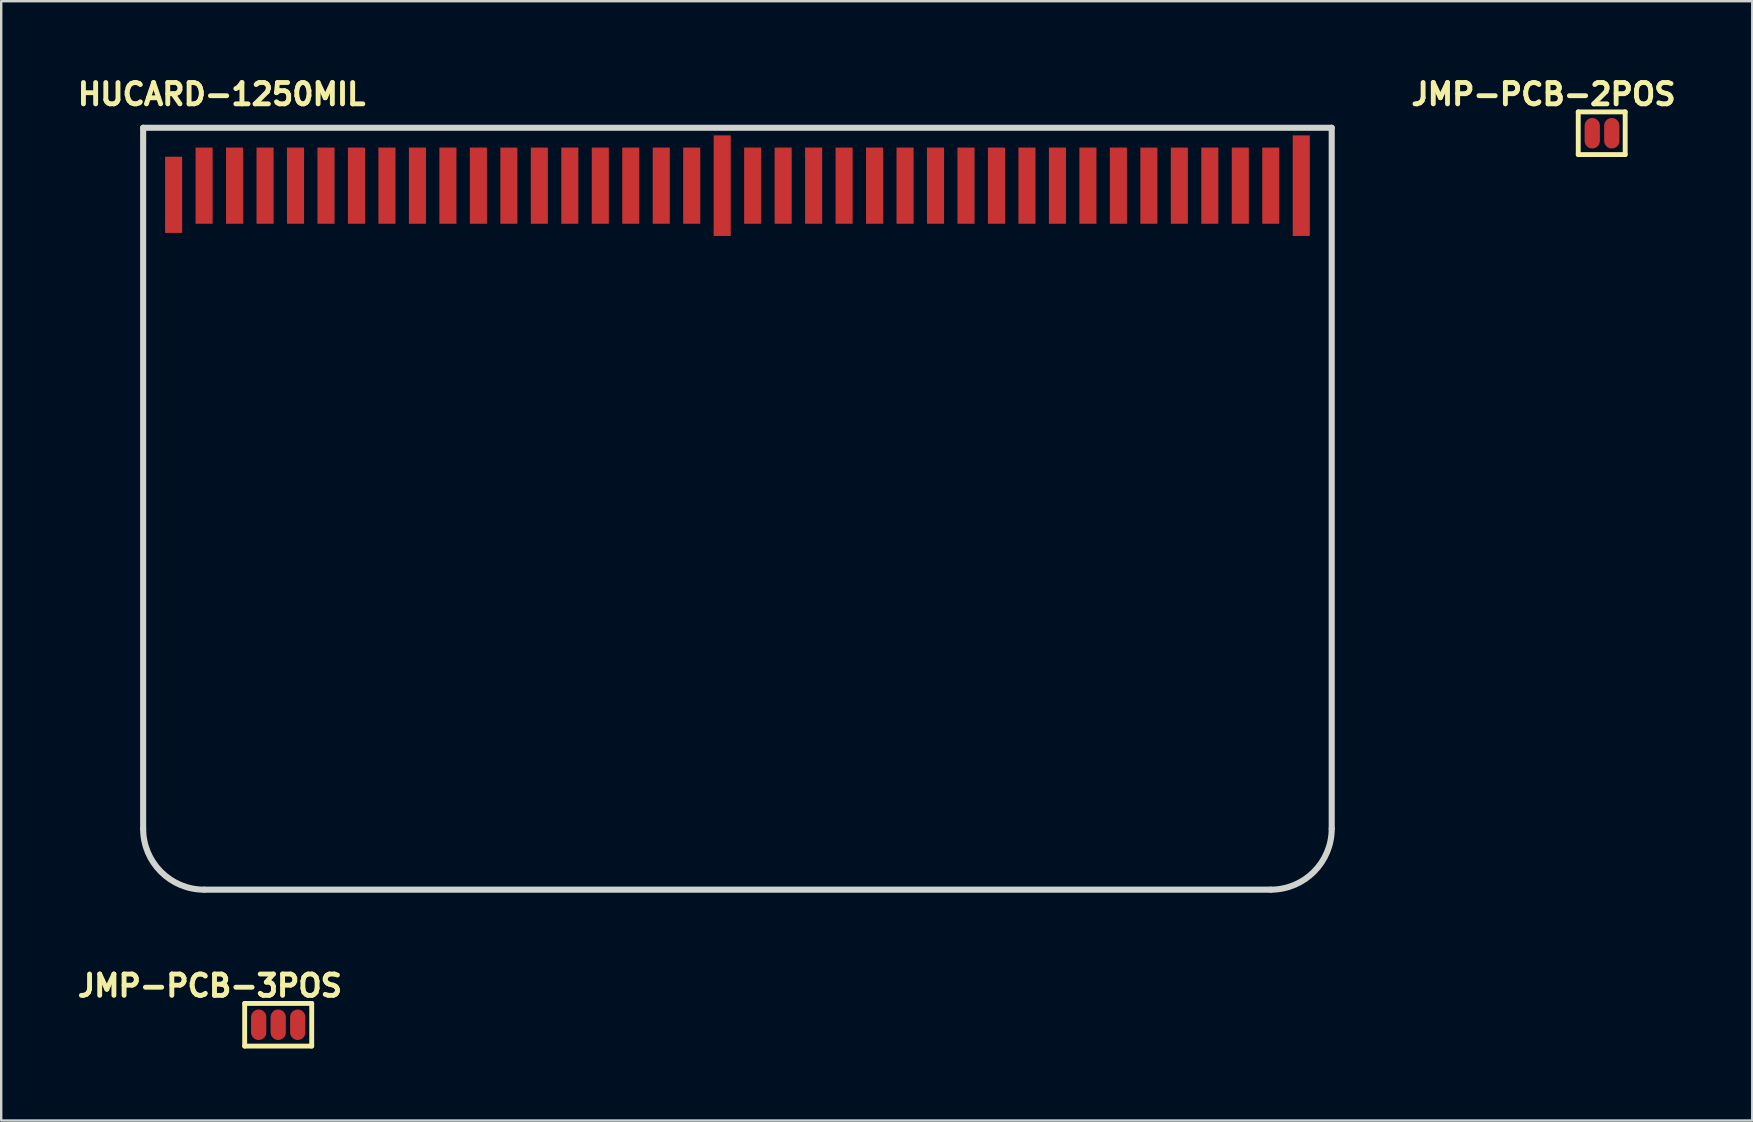
<source format=kicad_pcb>
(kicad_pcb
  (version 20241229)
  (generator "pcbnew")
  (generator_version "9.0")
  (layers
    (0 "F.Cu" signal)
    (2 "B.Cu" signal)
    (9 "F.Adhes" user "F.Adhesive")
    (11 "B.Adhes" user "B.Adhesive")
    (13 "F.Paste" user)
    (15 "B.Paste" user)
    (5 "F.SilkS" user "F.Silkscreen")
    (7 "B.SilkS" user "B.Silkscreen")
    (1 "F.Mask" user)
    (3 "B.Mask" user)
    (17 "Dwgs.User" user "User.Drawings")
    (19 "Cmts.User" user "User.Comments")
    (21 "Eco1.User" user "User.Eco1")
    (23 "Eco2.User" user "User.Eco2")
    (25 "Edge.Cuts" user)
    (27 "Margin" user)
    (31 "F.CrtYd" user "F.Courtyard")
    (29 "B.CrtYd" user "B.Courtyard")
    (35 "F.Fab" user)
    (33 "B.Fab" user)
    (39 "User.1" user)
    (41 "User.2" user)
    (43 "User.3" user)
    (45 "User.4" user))
  (footprint "JMP-PCB-2POS"
    (layer "F.Cu")
    (at 64.115 2.502)
    (property "Reference" "JMP-PCB-2POS" (at -2.845 -1.626 0) (layer "F.SilkS") (effects (font (size 0.889 0.889) (thickness 0.203))))
    (attr through_hole)
    (fp_line (start -1.397 -0.889) (end 0.559 -0.889) (stroke (width 0.203) (type solid)) (layer "F.SilkS"))
    (fp_line (start -1.397 0.889) (end -1.397 -0.889) (stroke (width 0.203) (type solid)) (layer "F.SilkS"))
    (fp_line (start 0.559 -0.889) (end 0.559 0.889) (stroke (width 0.203) (type solid)) (layer "F.SilkS"))
    (fp_line (start 0.559 0.889) (end -1.397 0.889) (stroke (width 0.203) (type solid)) (layer "F.SilkS"))
    (pad "1" smd oval (at -0.813 0) (size 0.635 1.27) (layers "F.Cu" "F.Mask" "F.Paste"))
    (pad "2" smd oval (at 0 0) (size 0.635 1.27) (layers "F.Cu" "F.Mask" "F.Paste")))
  (footprint "HUCARD-1250MIL"
    (layer "F.Cu")
    (at 4.185 4.687)
    (property "Reference" "HUCARD-1250MIL" (at 2 -3.81 0) (layer "F.SilkS") (effects (font (size 0.889 0.889) (thickness 0.203))))
    (attr through_hole)
    (fp_line (start -1.27 -2.413) (end -1.27 26.797) (stroke (width 0.254) (type solid)) (layer "Edge.Cuts"))
    (fp_line (start -1.27 -2.413) (end 48.26 -2.413) (stroke (width 0.254) (type solid)) (layer "Edge.Cuts"))
    (fp_line (start 45.72 29.337) (end 1.27 29.337) (stroke (width 0.254) (type solid)) (layer "Edge.Cuts"))
    (fp_line (start 48.26 -2.413) (end 48.26 26.797) (stroke (width 0.254) (type solid)) (layer "Edge.Cuts"))
    (fp_arc (start 1.27 29.337) (mid -0.526051 28.593051) (end -1.27 26.797) (stroke (width 0.254) (type solid)) (layer "Edge.Cuts"))
    (fp_arc (start 48.26 26.797) (mid 47.516051 28.593051) (end 45.72 29.337) (stroke (width 0.254) (type solid)) (layer "Edge.Cuts"))
    (pad "1" smd rect (at 0 0.381) (size 0.711 3.175) (layers "F.Cu" "F.Mask" "F.Paste"))
    (pad "2" smd rect (at 1.27 0) (size 0.711 3.175) (layers "F.Cu" "F.Mask" "F.Paste"))
    (pad "3" smd rect (at 2.54 0) (size 0.711 3.175) (layers "F.Cu" "F.Mask" "F.Paste"))
    (pad "4" smd rect (at 3.81 0) (size 0.711 3.175) (layers "F.Cu" "F.Mask" "F.Paste"))
    (pad "5" smd rect (at 5.08 0) (size 0.711 3.175) (layers "F.Cu" "F.Mask" "F.Paste"))
    (pad "6" smd rect (at 6.35 0) (size 0.711 3.175) (layers "F.Cu" "F.Mask" "F.Paste"))
    (pad "7" smd rect (at 7.62 0) (size 0.711 3.175) (layers "F.Cu" "F.Mask" "F.Paste"))
    (pad "8" smd rect (at 8.89 0) (size 0.711 3.175) (layers "F.Cu" "F.Mask" "F.Paste"))
    (pad "9" smd rect (at 10.16 0) (size 0.711 3.175) (layers "F.Cu" "F.Mask" "F.Paste"))
    (pad "10" smd rect (at 11.43 0) (size 0.711 3.175) (layers "F.Cu" "F.Mask" "F.Paste"))
    (pad "11" smd rect (at 12.7 0) (size 0.711 3.175) (layers "F.Cu" "F.Mask" "F.Paste"))
    (pad "12" smd rect (at 13.97 0) (size 0.711 3.175) (layers "F.Cu" "F.Mask" "F.Paste"))
    (pad "13" smd rect (at 15.24 0) (size 0.711 3.175) (layers "F.Cu" "F.Mask" "F.Paste"))
    (pad "14" smd rect (at 16.51 0) (size 0.711 3.175) (layers "F.Cu" "F.Mask" "F.Paste"))
    (pad "15" smd rect (at 17.78 0) (size 0.711 3.175) (layers "F.Cu" "F.Mask" "F.Paste"))
    (pad "16" smd rect (at 19.05 0) (size 0.711 3.175) (layers "F.Cu" "F.Mask" "F.Paste"))
    (pad "17" smd rect (at 20.32 0) (size 0.711 3.175) (layers "F.Cu" "F.Mask" "F.Paste"))
    (pad "18" smd rect (at 21.59 0) (size 0.711 3.175) (layers "F.Cu" "F.Mask" "F.Paste"))
    (pad "19" smd rect (at 22.86 0) (size 0.711 4.191) (layers "F.Cu" "F.Mask" "F.Paste"))
    (pad "20" smd rect (at 24.13 0) (size 0.711 3.175) (layers "F.Cu" "F.Mask" "F.Paste"))
    (pad "21" smd rect (at 25.4 0) (size 0.711 3.175) (layers "F.Cu" "F.Mask" "F.Paste"))
    (pad "22" smd rect (at 26.67 0) (size 0.711 3.175) (layers "F.Cu" "F.Mask" "F.Paste"))
    (pad "23" smd rect (at 27.94 0) (size 0.711 3.175) (layers "F.Cu" "F.Mask" "F.Paste"))
    (pad "24" smd rect (at 29.21 0) (size 0.711 3.175) (layers "F.Cu" "F.Mask" "F.Paste"))
    (pad "25" smd rect (at 30.48 0) (size 0.711 3.175) (layers "F.Cu" "F.Mask" "F.Paste"))
    (pad "26" smd rect (at 31.75 0) (size 0.711 3.175) (layers "F.Cu" "F.Mask" "F.Paste"))
    (pad "27" smd rect (at 33.02 0) (size 0.711 3.175) (layers "F.Cu" "F.Mask" "F.Paste"))
    (pad "28" smd rect (at 34.29 0) (size 0.711 3.175) (layers "F.Cu" "F.Mask" "F.Paste"))
    (pad "29" smd rect (at 35.56 0) (size 0.711 3.175) (layers "F.Cu" "F.Mask" "F.Paste"))
    (pad "30" smd rect (at 36.83 0) (size 0.711 3.175) (layers "F.Cu" "F.Mask" "F.Paste"))
    (pad "31" smd rect (at 38.1 0) (size 0.711 3.175) (layers "F.Cu" "F.Mask" "F.Paste"))
    (pad "32" smd rect (at 39.37 0) (size 0.711 3.175) (layers "F.Cu" "F.Mask" "F.Paste"))
    (pad "33" smd rect (at 40.64 0) (size 0.711 3.175) (layers "F.Cu" "F.Mask" "F.Paste"))
    (pad "34" smd rect (at 41.91 0) (size 0.711 3.175) (layers "F.Cu" "F.Mask" "F.Paste"))
    (pad "35" smd rect (at 43.18 0) (size 0.711 3.175) (layers "F.Cu" "F.Mask" "F.Paste"))
    (pad "36" smd rect (at 44.45 0) (size 0.711 3.175) (layers "F.Cu" "F.Mask" "F.Paste"))
    (pad "37" smd rect (at 45.72 0) (size 0.711 3.175) (layers "F.Cu" "F.Mask" "F.Paste"))
    (pad "38" smd rect (at 46.99 0) (size 0.711 4.191) (layers "F.Cu" "F.Mask" "F.Paste")))
  (footprint "JMP-PCB-3POS"
    (layer "F.Cu")
    (at 8.543 39.653)
    (property "Reference" "JMP-PCB-3POS" (at -2.845 -1.626 0) (layer "F.SilkS") (effects (font (size 0.889 0.889) (thickness 0.203))))
    (attr through_hole)
    (fp_line (start -1.397 -0.889) (end 1.397 -0.889) (stroke (width 0.203) (type solid)) (layer "F.SilkS"))
    (fp_line (start -1.397 0.889) (end -1.397 -0.889) (stroke (width 0.203) (type solid)) (layer "F.SilkS"))
    (fp_line (start 1.397 -0.889) (end 1.397 0.889) (stroke (width 0.203) (type solid)) (layer "F.SilkS"))
    (fp_line (start 1.397 0.889) (end -1.397 0.889) (stroke (width 0.203) (type solid)) (layer "F.SilkS"))
    (pad "1" smd oval (at -0.813 0) (size 0.635 1.27) (layers "F.Cu" "F.Mask" "F.Paste"))
    (pad "2" smd oval (at 0 0) (size 0.635 1.27) (layers "F.Cu" "F.Mask" "F.Paste"))
    (pad "3" smd oval (at 0.813 0) (size 0.635 1.27) (layers "F.Cu" "F.Mask" "F.Paste")))
  (gr_rect
    (start -3 -3)
    (end 69.968 43.644)
    (stroke (width 0.1) (type default))
    (fill no)
    (layer "Edge.Cuts")))
</source>
